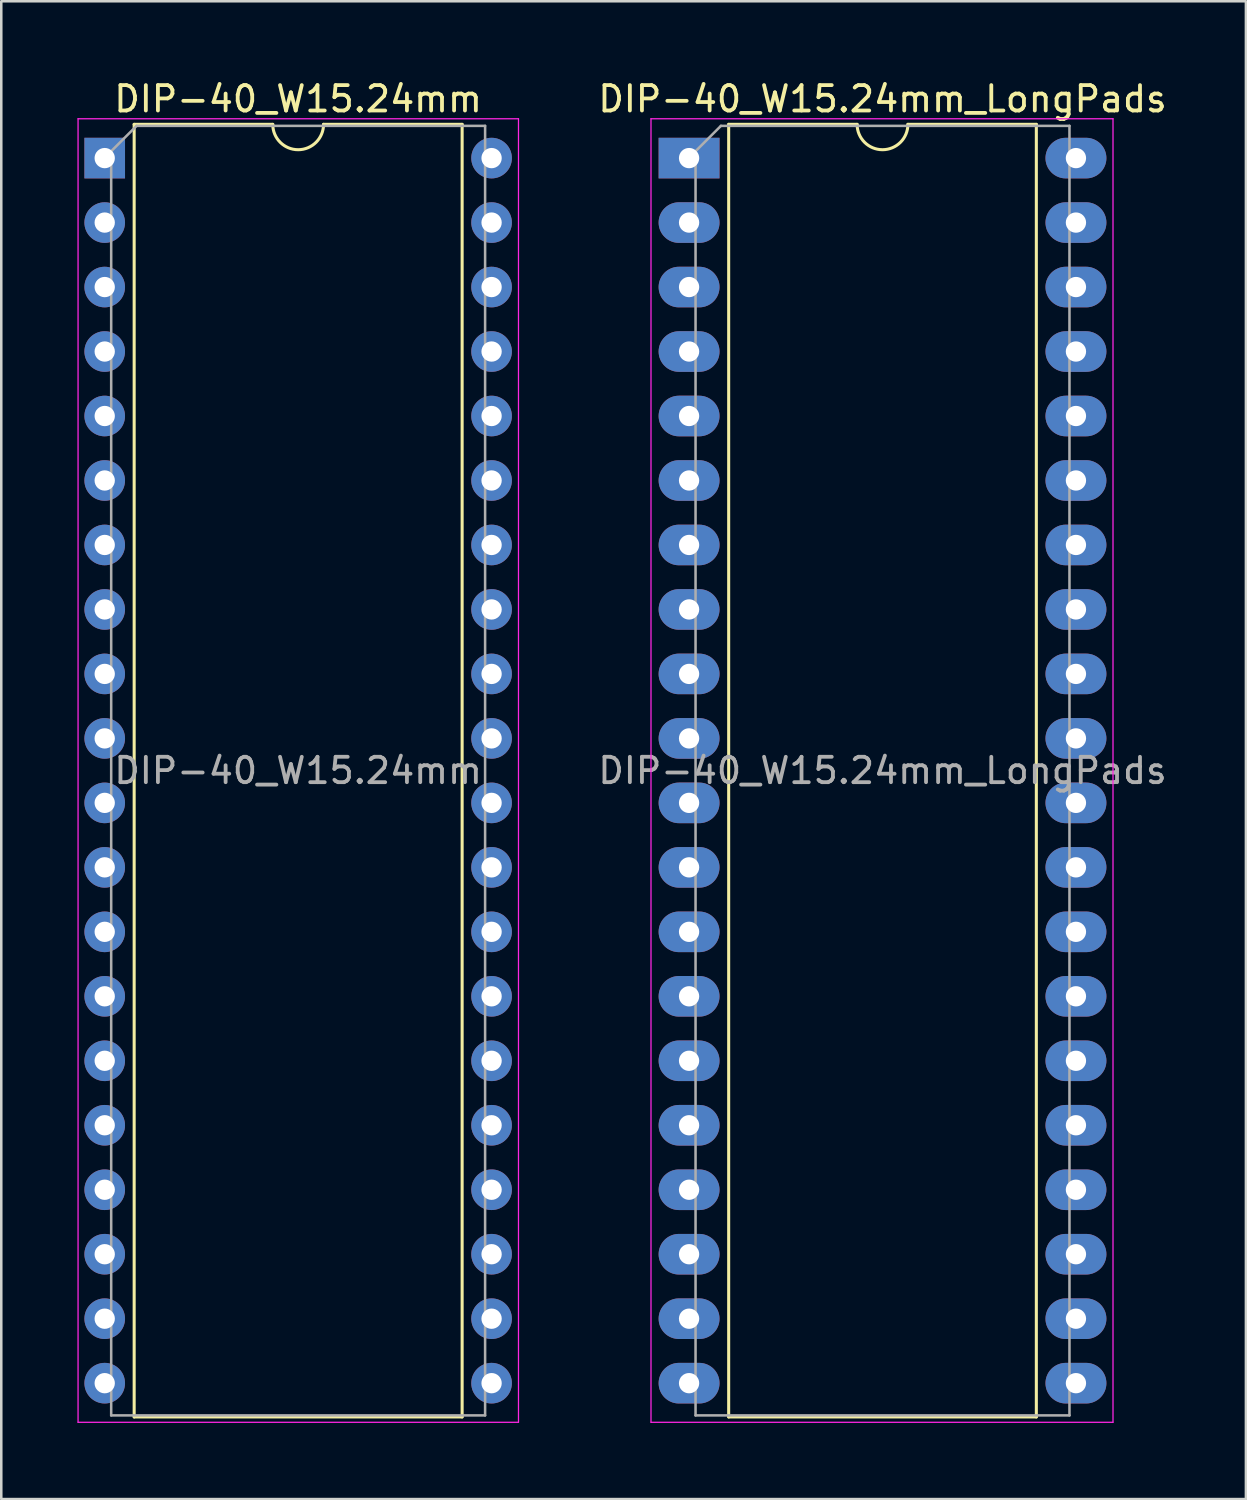
<source format=kicad_pcb>
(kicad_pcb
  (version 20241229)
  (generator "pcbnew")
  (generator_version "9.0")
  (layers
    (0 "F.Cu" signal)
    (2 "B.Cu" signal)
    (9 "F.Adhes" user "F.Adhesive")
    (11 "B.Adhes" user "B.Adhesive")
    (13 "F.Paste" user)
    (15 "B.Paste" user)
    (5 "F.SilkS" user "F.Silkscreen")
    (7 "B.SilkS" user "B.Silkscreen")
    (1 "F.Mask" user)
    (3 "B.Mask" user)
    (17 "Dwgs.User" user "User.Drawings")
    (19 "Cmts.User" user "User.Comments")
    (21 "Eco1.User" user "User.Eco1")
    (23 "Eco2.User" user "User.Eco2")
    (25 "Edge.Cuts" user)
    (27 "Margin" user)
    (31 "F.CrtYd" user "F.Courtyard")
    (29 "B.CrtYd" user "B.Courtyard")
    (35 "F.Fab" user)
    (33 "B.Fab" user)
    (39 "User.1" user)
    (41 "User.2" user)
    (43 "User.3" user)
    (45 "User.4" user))
  (footprint "DIP-40_W15.24mm"
    (layer "F.Cu")
    (at 1.075 3.178)
    (property "Reference" "DIP-40_W15.24mm" (at 7.62 -2.33 0) (layer "F.SilkS") (effects (font (size 1 1) (thickness 0.15))))
    (attr through_hole)
    (fp_line (start 1.16 -1.33) (end 1.16 49.59) (stroke (width 0.12) (type solid)) (layer "F.SilkS"))
    (fp_line (start 1.16 49.59) (end 14.08 49.59) (stroke (width 0.12) (type solid)) (layer "F.SilkS"))
    (fp_line (start 6.62 -1.33) (end 1.16 -1.33) (stroke (width 0.12) (type solid)) (layer "F.SilkS"))
    (fp_line (start 14.08 -1.33) (end 8.62 -1.33) (stroke (width 0.12) (type solid)) (layer "F.SilkS"))
    (fp_line (start 14.08 49.59) (end 14.08 -1.33) (stroke (width 0.12) (type solid)) (layer "F.SilkS"))
    (fp_arc (start 8.62 -1.33) (mid 7.62 -0.33) (end 6.62 -1.33) (stroke (width 0.12) (type solid)) (layer "F.SilkS"))
    (fp_line (start -1.05 -1.55) (end -1.05 49.8) (stroke (width 0.05) (type solid)) (layer "F.CrtYd"))
    (fp_line (start -1.05 49.8) (end 16.3 49.8) (stroke (width 0.05) (type solid)) (layer "F.CrtYd"))
    (fp_line (start 16.3 -1.55) (end -1.05 -1.55) (stroke (width 0.05) (type solid)) (layer "F.CrtYd"))
    (fp_line (start 16.3 49.8) (end 16.3 -1.55) (stroke (width 0.05) (type solid)) (layer "F.CrtYd"))
    (fp_line (start 0.255 -0.27) (end 1.255 -1.27) (stroke (width 0.1) (type solid)) (layer "F.Fab"))
    (fp_line (start 0.255 49.53) (end 0.255 -0.27) (stroke (width 0.1) (type solid)) (layer "F.Fab"))
    (fp_line (start 1.255 -1.27) (end 14.985 -1.27) (stroke (width 0.1) (type solid)) (layer "F.Fab"))
    (fp_line (start 14.985 -1.27) (end 14.985 49.53) (stroke (width 0.1) (type solid)) (layer "F.Fab"))
    (fp_line (start 14.985 49.53) (end 0.255 49.53) (stroke (width 0.1) (type solid)) (layer "F.Fab"))
    (fp_text user "${REFERENCE}" (at 7.62 24.13 0) (layer "F.Fab") (effects (font (size 1 1) (thickness 0.15))))
    (pad "1" thru_hole rect (at 0 0) (size 1.6 1.6) (drill 0.8) (layers "*.Cu" "*.Mask"))
    (pad "2" thru_hole oval (at 0 2.54) (size 1.6 1.6) (drill 0.8) (layers "*.Cu" "*.Mask"))
    (pad "3" thru_hole oval (at 0 5.08) (size 1.6 1.6) (drill 0.8) (layers "*.Cu" "*.Mask"))
    (pad "4" thru_hole oval (at 0 7.62) (size 1.6 1.6) (drill 0.8) (layers "*.Cu" "*.Mask"))
    (pad "5" thru_hole oval (at 0 10.16) (size 1.6 1.6) (drill 0.8) (layers "*.Cu" "*.Mask"))
    (pad "6" thru_hole oval (at 0 12.7) (size 1.6 1.6) (drill 0.8) (layers "*.Cu" "*.Mask"))
    (pad "7" thru_hole oval (at 0 15.24) (size 1.6 1.6) (drill 0.8) (layers "*.Cu" "*.Mask"))
    (pad "8" thru_hole oval (at 0 17.78) (size 1.6 1.6) (drill 0.8) (layers "*.Cu" "*.Mask"))
    (pad "9" thru_hole oval (at 0 20.32) (size 1.6 1.6) (drill 0.8) (layers "*.Cu" "*.Mask"))
    (pad "10" thru_hole oval (at 0 22.86) (size 1.6 1.6) (drill 0.8) (layers "*.Cu" "*.Mask"))
    (pad "11" thru_hole oval (at 0 25.4) (size 1.6 1.6) (drill 0.8) (layers "*.Cu" "*.Mask"))
    (pad "12" thru_hole oval (at 0 27.94) (size 1.6 1.6) (drill 0.8) (layers "*.Cu" "*.Mask"))
    (pad "13" thru_hole oval (at 0 30.48) (size 1.6 1.6) (drill 0.8) (layers "*.Cu" "*.Mask"))
    (pad "14" thru_hole oval (at 0 33.02) (size 1.6 1.6) (drill 0.8) (layers "*.Cu" "*.Mask"))
    (pad "15" thru_hole oval (at 0 35.56) (size 1.6 1.6) (drill 0.8) (layers "*.Cu" "*.Mask"))
    (pad "16" thru_hole oval (at 0 38.1) (size 1.6 1.6) (drill 0.8) (layers "*.Cu" "*.Mask"))
    (pad "17" thru_hole oval (at 0 40.64) (size 1.6 1.6) (drill 0.8) (layers "*.Cu" "*.Mask"))
    (pad "18" thru_hole oval (at 0 43.18) (size 1.6 1.6) (drill 0.8) (layers "*.Cu" "*.Mask"))
    (pad "19" thru_hole oval (at 0 45.72) (size 1.6 1.6) (drill 0.8) (layers "*.Cu" "*.Mask"))
    (pad "20" thru_hole oval (at 0 48.26) (size 1.6 1.6) (drill 0.8) (layers "*.Cu" "*.Mask"))
    (pad "21" thru_hole oval (at 15.24 48.26) (size 1.6 1.6) (drill 0.8) (layers "*.Cu" "*.Mask"))
    (pad "22" thru_hole oval (at 15.24 45.72) (size 1.6 1.6) (drill 0.8) (layers "*.Cu" "*.Mask"))
    (pad "23" thru_hole oval (at 15.24 43.18) (size 1.6 1.6) (drill 0.8) (layers "*.Cu" "*.Mask"))
    (pad "24" thru_hole oval (at 15.24 40.64) (size 1.6 1.6) (drill 0.8) (layers "*.Cu" "*.Mask"))
    (pad "25" thru_hole oval (at 15.24 38.1) (size 1.6 1.6) (drill 0.8) (layers "*.Cu" "*.Mask"))
    (pad "26" thru_hole oval (at 15.24 35.56) (size 1.6 1.6) (drill 0.8) (layers "*.Cu" "*.Mask"))
    (pad "27" thru_hole oval (at 15.24 33.02) (size 1.6 1.6) (drill 0.8) (layers "*.Cu" "*.Mask"))
    (pad "28" thru_hole oval (at 15.24 30.48) (size 1.6 1.6) (drill 0.8) (layers "*.Cu" "*.Mask"))
    (pad "29" thru_hole oval (at 15.24 27.94) (size 1.6 1.6) (drill 0.8) (layers "*.Cu" "*.Mask"))
    (pad "30" thru_hole oval (at 15.24 25.4) (size 1.6 1.6) (drill 0.8) (layers "*.Cu" "*.Mask"))
    (pad "31" thru_hole oval (at 15.24 22.86) (size 1.6 1.6) (drill 0.8) (layers "*.Cu" "*.Mask"))
    (pad "32" thru_hole oval (at 15.24 20.32) (size 1.6 1.6) (drill 0.8) (layers "*.Cu" "*.Mask"))
    (pad "33" thru_hole oval (at 15.24 17.78) (size 1.6 1.6) (drill 0.8) (layers "*.Cu" "*.Mask"))
    (pad "34" thru_hole oval (at 15.24 15.24) (size 1.6 1.6) (drill 0.8) (layers "*.Cu" "*.Mask"))
    (pad "35" thru_hole oval (at 15.24 12.7) (size 1.6 1.6) (drill 0.8) (layers "*.Cu" "*.Mask"))
    (pad "36" thru_hole oval (at 15.24 10.16) (size 1.6 1.6) (drill 0.8) (layers "*.Cu" "*.Mask"))
    (pad "37" thru_hole oval (at 15.24 7.62) (size 1.6 1.6) (drill 0.8) (layers "*.Cu" "*.Mask"))
    (pad "38" thru_hole oval (at 15.24 5.08) (size 1.6 1.6) (drill 0.8) (layers "*.Cu" "*.Mask"))
    (pad "39" thru_hole oval (at 15.24 2.54) (size 1.6 1.6) (drill 0.8) (layers "*.Cu" "*.Mask"))
    (pad "40" thru_hole oval (at 15.24 0) (size 1.6 1.6) (drill 0.8) (layers "*.Cu" "*.Mask")))
  (footprint "DIP-40_W15.24mm_LongPads"
    (layer "F.Cu")
    (at 24.095 3.178)
    (property "Reference" "DIP-40_W15.24mm_LongPads" (at 7.62 -2.33 0) (layer "F.SilkS") (effects (font (size 1 1) (thickness 0.15))))
    (attr through_hole)
    (fp_line (start 1.56 -1.33) (end 1.56 49.59) (stroke (width 0.12) (type solid)) (layer "F.SilkS"))
    (fp_line (start 1.56 49.59) (end 13.68 49.59) (stroke (width 0.12) (type solid)) (layer "F.SilkS"))
    (fp_line (start 6.62 -1.33) (end 1.56 -1.33) (stroke (width 0.12) (type solid)) (layer "F.SilkS"))
    (fp_line (start 13.68 -1.33) (end 8.62 -1.33) (stroke (width 0.12) (type solid)) (layer "F.SilkS"))
    (fp_line (start 13.68 49.59) (end 13.68 -1.33) (stroke (width 0.12) (type solid)) (layer "F.SilkS"))
    (fp_arc (start 8.62 -1.33) (mid 7.62 -0.33) (end 6.62 -1.33) (stroke (width 0.12) (type solid)) (layer "F.SilkS"))
    (fp_line (start -1.5 -1.55) (end -1.5 49.8) (stroke (width 0.05) (type solid)) (layer "F.CrtYd"))
    (fp_line (start -1.5 49.8) (end 16.7 49.8) (stroke (width 0.05) (type solid)) (layer "F.CrtYd"))
    (fp_line (start 16.7 -1.55) (end -1.5 -1.55) (stroke (width 0.05) (type solid)) (layer "F.CrtYd"))
    (fp_line (start 16.7 49.8) (end 16.7 -1.55) (stroke (width 0.05) (type solid)) (layer "F.CrtYd"))
    (fp_line (start 0.255 -0.27) (end 1.255 -1.27) (stroke (width 0.1) (type solid)) (layer "F.Fab"))
    (fp_line (start 0.255 49.53) (end 0.255 -0.27) (stroke (width 0.1) (type solid)) (layer "F.Fab"))
    (fp_line (start 1.255 -1.27) (end 14.985 -1.27) (stroke (width 0.1) (type solid)) (layer "F.Fab"))
    (fp_line (start 14.985 -1.27) (end 14.985 49.53) (stroke (width 0.1) (type solid)) (layer "F.Fab"))
    (fp_line (start 14.985 49.53) (end 0.255 49.53) (stroke (width 0.1) (type solid)) (layer "F.Fab"))
    (fp_text user "${REFERENCE}" (at 7.62 24.13 0) (layer "F.Fab") (effects (font (size 1 1) (thickness 0.15))))
    (pad "1" thru_hole rect (at 0 0) (size 2.4 1.6) (drill 0.8) (layers "*.Cu" "*.Mask"))
    (pad "2" thru_hole oval (at 0 2.54) (size 2.4 1.6) (drill 0.8) (layers "*.Cu" "*.Mask"))
    (pad "3" thru_hole oval (at 0 5.08) (size 2.4 1.6) (drill 0.8) (layers "*.Cu" "*.Mask"))
    (pad "4" thru_hole oval (at 0 7.62) (size 2.4 1.6) (drill 0.8) (layers "*.Cu" "*.Mask"))
    (pad "5" thru_hole oval (at 0 10.16) (size 2.4 1.6) (drill 0.8) (layers "*.Cu" "*.Mask"))
    (pad "6" thru_hole oval (at 0 12.7) (size 2.4 1.6) (drill 0.8) (layers "*.Cu" "*.Mask"))
    (pad "7" thru_hole oval (at 0 15.24) (size 2.4 1.6) (drill 0.8) (layers "*.Cu" "*.Mask"))
    (pad "8" thru_hole oval (at 0 17.78) (size 2.4 1.6) (drill 0.8) (layers "*.Cu" "*.Mask"))
    (pad "9" thru_hole oval (at 0 20.32) (size 2.4 1.6) (drill 0.8) (layers "*.Cu" "*.Mask"))
    (pad "10" thru_hole oval (at 0 22.86) (size 2.4 1.6) (drill 0.8) (layers "*.Cu" "*.Mask"))
    (pad "11" thru_hole oval (at 0 25.4) (size 2.4 1.6) (drill 0.8) (layers "*.Cu" "*.Mask"))
    (pad "12" thru_hole oval (at 0 27.94) (size 2.4 1.6) (drill 0.8) (layers "*.Cu" "*.Mask"))
    (pad "13" thru_hole oval (at 0 30.48) (size 2.4 1.6) (drill 0.8) (layers "*.Cu" "*.Mask"))
    (pad "14" thru_hole oval (at 0 33.02) (size 2.4 1.6) (drill 0.8) (layers "*.Cu" "*.Mask"))
    (pad "15" thru_hole oval (at 0 35.56) (size 2.4 1.6) (drill 0.8) (layers "*.Cu" "*.Mask"))
    (pad "16" thru_hole oval (at 0 38.1) (size 2.4 1.6) (drill 0.8) (layers "*.Cu" "*.Mask"))
    (pad "17" thru_hole oval (at 0 40.64) (size 2.4 1.6) (drill 0.8) (layers "*.Cu" "*.Mask"))
    (pad "18" thru_hole oval (at 0 43.18) (size 2.4 1.6) (drill 0.8) (layers "*.Cu" "*.Mask"))
    (pad "19" thru_hole oval (at 0 45.72) (size 2.4 1.6) (drill 0.8) (layers "*.Cu" "*.Mask"))
    (pad "20" thru_hole oval (at 0 48.26) (size 2.4 1.6) (drill 0.8) (layers "*.Cu" "*.Mask"))
    (pad "21" thru_hole oval (at 15.24 48.26) (size 2.4 1.6) (drill 0.8) (layers "*.Cu" "*.Mask"))
    (pad "22" thru_hole oval (at 15.24 45.72) (size 2.4 1.6) (drill 0.8) (layers "*.Cu" "*.Mask"))
    (pad "23" thru_hole oval (at 15.24 43.18) (size 2.4 1.6) (drill 0.8) (layers "*.Cu" "*.Mask"))
    (pad "24" thru_hole oval (at 15.24 40.64) (size 2.4 1.6) (drill 0.8) (layers "*.Cu" "*.Mask"))
    (pad "25" thru_hole oval (at 15.24 38.1) (size 2.4 1.6) (drill 0.8) (layers "*.Cu" "*.Mask"))
    (pad "26" thru_hole oval (at 15.24 35.56) (size 2.4 1.6) (drill 0.8) (layers "*.Cu" "*.Mask"))
    (pad "27" thru_hole oval (at 15.24 33.02) (size 2.4 1.6) (drill 0.8) (layers "*.Cu" "*.Mask"))
    (pad "28" thru_hole oval (at 15.24 30.48) (size 2.4 1.6) (drill 0.8) (layers "*.Cu" "*.Mask"))
    (pad "29" thru_hole oval (at 15.24 27.94) (size 2.4 1.6) (drill 0.8) (layers "*.Cu" "*.Mask"))
    (pad "30" thru_hole oval (at 15.24 25.4) (size 2.4 1.6) (drill 0.8) (layers "*.Cu" "*.Mask"))
    (pad "31" thru_hole oval (at 15.24 22.86) (size 2.4 1.6) (drill 0.8) (layers "*.Cu" "*.Mask"))
    (pad "32" thru_hole oval (at 15.24 20.32) (size 2.4 1.6) (drill 0.8) (layers "*.Cu" "*.Mask"))
    (pad "33" thru_hole oval (at 15.24 17.78) (size 2.4 1.6) (drill 0.8) (layers "*.Cu" "*.Mask"))
    (pad "34" thru_hole oval (at 15.24 15.24) (size 2.4 1.6) (drill 0.8) (layers "*.Cu" "*.Mask"))
    (pad "35" thru_hole oval (at 15.24 12.7) (size 2.4 1.6) (drill 0.8) (layers "*.Cu" "*.Mask"))
    (pad "36" thru_hole oval (at 15.24 10.16) (size 2.4 1.6) (drill 0.8) (layers "*.Cu" "*.Mask"))
    (pad "37" thru_hole oval (at 15.24 7.62) (size 2.4 1.6) (drill 0.8) (layers "*.Cu" "*.Mask"))
    (pad "38" thru_hole oval (at 15.24 5.08) (size 2.4 1.6) (drill 0.8) (layers "*.Cu" "*.Mask"))
    (pad "39" thru_hole oval (at 15.24 2.54) (size 2.4 1.6) (drill 0.8) (layers "*.Cu" "*.Mask"))
    (pad "40" thru_hole oval (at 15.24 0) (size 2.4 1.6) (drill 0.8) (layers "*.Cu" "*.Mask")))
  (gr_rect
    (start -3 -3)
    (end 46.031 56.003)
    (stroke (width 0.1) (type default))
    (fill no)
    (layer "Edge.Cuts")))
</source>
